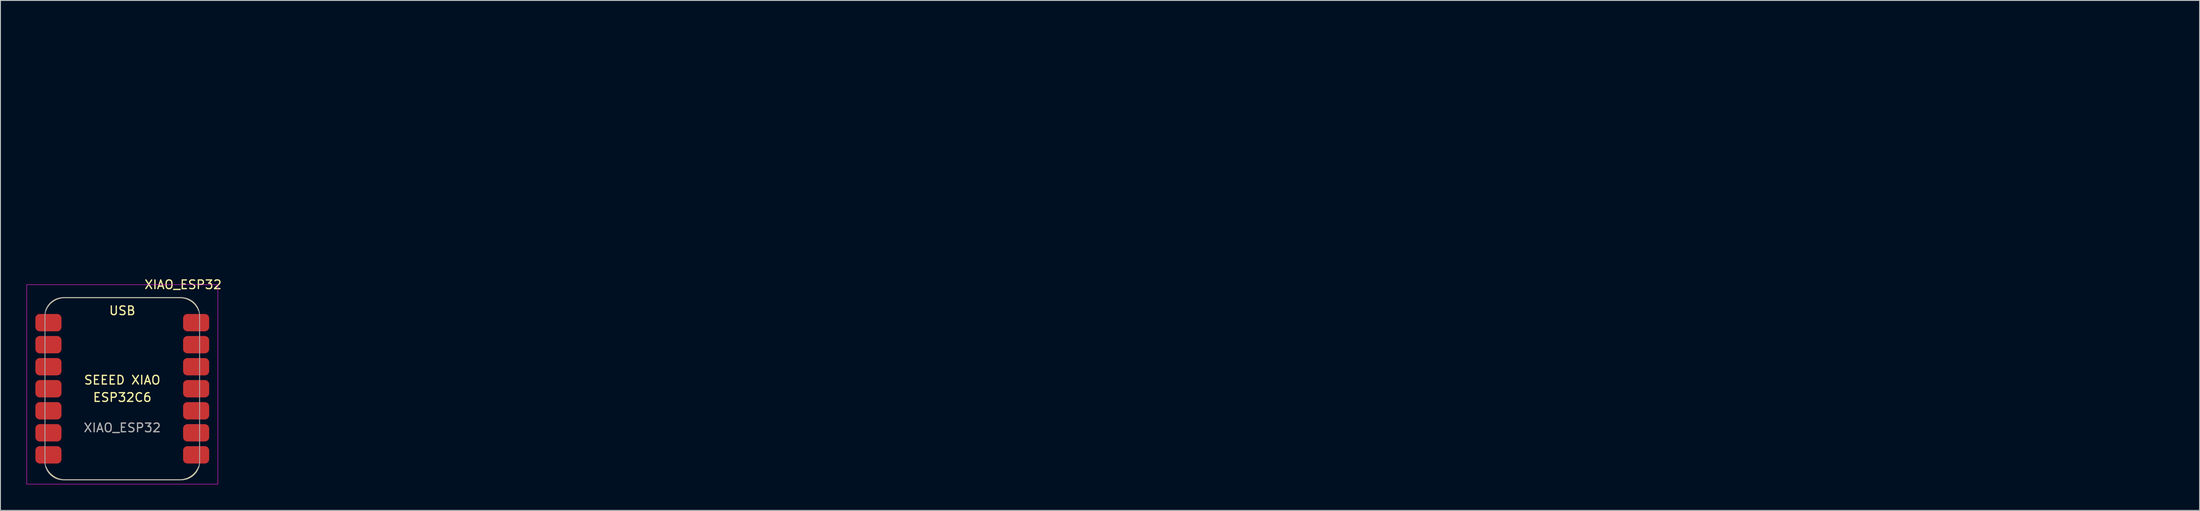
<source format=kicad_pcb>
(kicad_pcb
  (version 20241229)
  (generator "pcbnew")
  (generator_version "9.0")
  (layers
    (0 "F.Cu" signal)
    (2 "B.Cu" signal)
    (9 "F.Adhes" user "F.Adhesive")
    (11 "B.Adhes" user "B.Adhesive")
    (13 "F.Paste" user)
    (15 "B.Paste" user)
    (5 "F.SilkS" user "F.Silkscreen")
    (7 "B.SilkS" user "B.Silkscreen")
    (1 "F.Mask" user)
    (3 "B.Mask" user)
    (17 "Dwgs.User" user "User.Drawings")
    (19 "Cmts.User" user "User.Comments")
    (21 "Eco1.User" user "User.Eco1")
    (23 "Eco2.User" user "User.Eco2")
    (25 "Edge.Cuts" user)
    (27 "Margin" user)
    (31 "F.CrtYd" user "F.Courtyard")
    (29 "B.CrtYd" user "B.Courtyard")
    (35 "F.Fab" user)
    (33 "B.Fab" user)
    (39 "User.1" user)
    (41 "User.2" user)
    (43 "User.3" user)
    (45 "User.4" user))
  (footprint "XIAO_ESP32"
    (layer "F.Cu")
    (at 11.025 41.768)
    (property "Reference" "XIAO_ESP32" (at 7 -12 0) (unlocked yes) (layer "F.SilkS") (effects (font (size 1 1) (thickness 0.15))))
    (attr smd)
    (fp_line (start -6.7 10.5) (end 6.7 10.5) (stroke (width 0.12) (type default)) (layer "F.SilkS"))
    (fp_line (start 6.729 -10.5) (end -6.6 -10.5) (stroke (width 0.12) (type default)) (layer "F.SilkS"))
    (fp_arc (start -8.812892 -9.00468) (mid -7.949609 -10.111769) (end -6.600468 -10.499999) (stroke (width 0.12) (type default)) (layer "F.SilkS"))
    (fp_arc (start -6.7 10.5) (mid -7.977232 10.068125) (end -8.8 9) (stroke (width 0.12) (type default)) (layer "F.SilkS"))
    (fp_arc (start 6.6 -10.499999) (mid 7.944325 -10.107116) (end 8.804034 -9.001464) (stroke (width 0.12) (type default)) (layer "F.SilkS"))
    (fp_arc (start 8.8 9) (mid 7.977232 10.068125) (end 6.7 10.5) (stroke (width 0.12) (type default)) (layer "F.SilkS"))
    (fp_rect (start -11 -12) (end 11 11) (stroke (width 0.05) (type default)) (fill no) (layer "F.CrtYd"))
    (fp_line (start -8.9 8.5) (end -8.9 -8.5) (stroke (width 0.1) (type default)) (layer "F.Fab"))
    (fp_line (start -6.7 -10.5) (end 7 -10.5) (stroke (width 0.1) (type default)) (layer "F.Fab"))
    (fp_line (start 6.7 10.5) (end -6.7 10.5) (stroke (width 0.1) (type default)) (layer "F.Fab"))
    (fp_line (start 8.9 -8.5) (end 8.9 8.5) (stroke (width 0.1) (type default)) (layer "F.Fab"))
    (fp_arc (start -8.9 -8.5) (mid -8.214214 -9.955635) (end -6.7 -10.5) (stroke (width 0.1) (type default)) (layer "F.Fab"))
    (fp_arc (start -6.7 10.5) (mid -8.214214 9.955635) (end -8.9 8.5) (stroke (width 0.1) (type default)) (layer "F.Fab"))
    (fp_arc (start 6.7 -10.499999) (mid 8.214695 -9.954472) (end 8.9 -8.497676) (stroke (width 0.1) (type default)) (layer "F.Fab"))
    (fp_arc (start 8.9 8.5) (mid 8.214214 9.955635) (end 6.7 10.5) (stroke (width 0.1) (type default)) (layer "F.Fab"))
    (fp_text user "ESP32C6" (at 0 1 0) (unlocked yes) (layer "F.SilkS") (effects (font (size 1 1) (thickness 0.15))))
    (fp_text user "SEEED XIAO" (at 0 -1 0) (unlocked yes) (layer "F.SilkS") (effects (font (size 1 1) (thickness 0.15))))
    (fp_text user "USB" (at 0 -9 0) (unlocked yes) (layer "F.SilkS") (effects (font (size 1 1) (thickness 0.15))))
    (fp_text user "${REFERENCE}" (at 0 4.5 0) (unlocked yes) (layer "F.Fab") (effects (font (size 1 1) (thickness 0.15))))
    (pad "1" smd roundrect (at -8.5 -7.62) (size 3 2) (layers "F.Cu" "F.Mask") (roundrect_rratio 0.25))
    (pad "2" smd roundrect (at -8.5 -5.08) (size 3 2) (layers "F.Cu" "F.Mask") (roundrect_rratio 0.25))
    (pad "3" smd roundrect (at -8.5 -2.54) (size 3 2) (layers "F.Cu" "F.Mask") (roundrect_rratio 0.25))
    (pad "4" smd roundrect (at -8.5 0) (size 3 2) (layers "F.Cu" "F.Mask") (roundrect_rratio 0.25))
    (pad "5" smd roundrect (at -8.5 2.54) (size 3 2) (layers "F.Cu" "F.Mask") (roundrect_rratio 0.25))
    (pad "6" smd roundrect (at -8.5 5.08) (size 3 2) (layers "F.Cu" "F.Mask") (roundrect_rratio 0.25))
    (pad "7" smd roundrect (at -8.5 7.62) (size 3 2) (layers "F.Cu" "F.Mask") (roundrect_rratio 0.25))
    (pad "8" smd roundrect (at 8.5 7.62) (size 3 2) (layers "F.Cu" "F.Mask") (roundrect_rratio 0.25))
    (pad "9" smd roundrect (at 8.5 5.08) (size 3 2) (layers "F.Cu" "F.Mask") (roundrect_rratio 0.25))
    (pad "10" smd roundrect (at 8.5 2.54) (size 3 2) (layers "F.Cu" "F.Mask") (roundrect_rratio 0.25))
    (pad "11" smd roundrect (at 8.5 0) (size 3 2) (layers "F.Cu" "F.Mask") (roundrect_rratio 0.25))
    (pad "12" smd roundrect (at 8.5 -2.54) (size 3 2) (layers "F.Cu" "F.Mask") (roundrect_rratio 0.25))
    (pad "13" smd roundrect (at 8.5 -5.08) (size 3 2) (layers "F.Cu" "F.Mask") (roundrect_rratio 0.25))
    (pad "14" smd roundrect (at 8.5 -7.62) (size 3 2) (layers "F.Cu" "F.Mask") (roundrect_rratio 0.25))
    (zone (net_name "") (layers "F.Cu" "B.Cu") (hatch edge 0.5) (connect_pads) (min_thickness 0.25) (filled_areas_thickness no) (keepout (tracks allowed) (vias not_allowed) (pads not_allowed) (copperpour allowed) (footprints allowed)) (placement (enabled no)) (fill) (polygon (pts (xy 237.643 6.55) (xy 239.943 6.55) (xy 239.943 9.75) (xy 237.643 9.75))))
    (zone (net_name "") (layers "F.Cu" "B.Cu") (hatch edge 0.5) (connect_pads) (min_thickness 0.25) (filled_areas_thickness no) (keepout (tracks allowed) (vias not_allowed) (pads allowed) (copperpour allowed) (footprints allowed)) (placement (enabled no)) (fill) (polygon (pts (xy 241.293 0) (xy 245.293 0) (xy 245.293 7) (xy 241.293 7))))
    (zone (net_name "") (layers "F.Cu" "B.Cu") (hatch edge 0.5) (connect_pads) (min_thickness 0.25) (filled_areas_thickness no) (keepout (tracks allowed) (vias not_allowed) (pads allowed) (copperpour allowed) (footprints allowed)) (placement (enabled no)) (fill) (polygon (pts (xy 243.643 8.35) (xy 247.143 8.35) (xy 247.143 11.85) (xy 243.643 11.85)))))
  (gr_rect
    (start -3 -3)
    (end 250.143 55.793)
    (stroke (width 0.1) (type default))
    (fill no)
    (layer "Edge.Cuts")))
</source>
